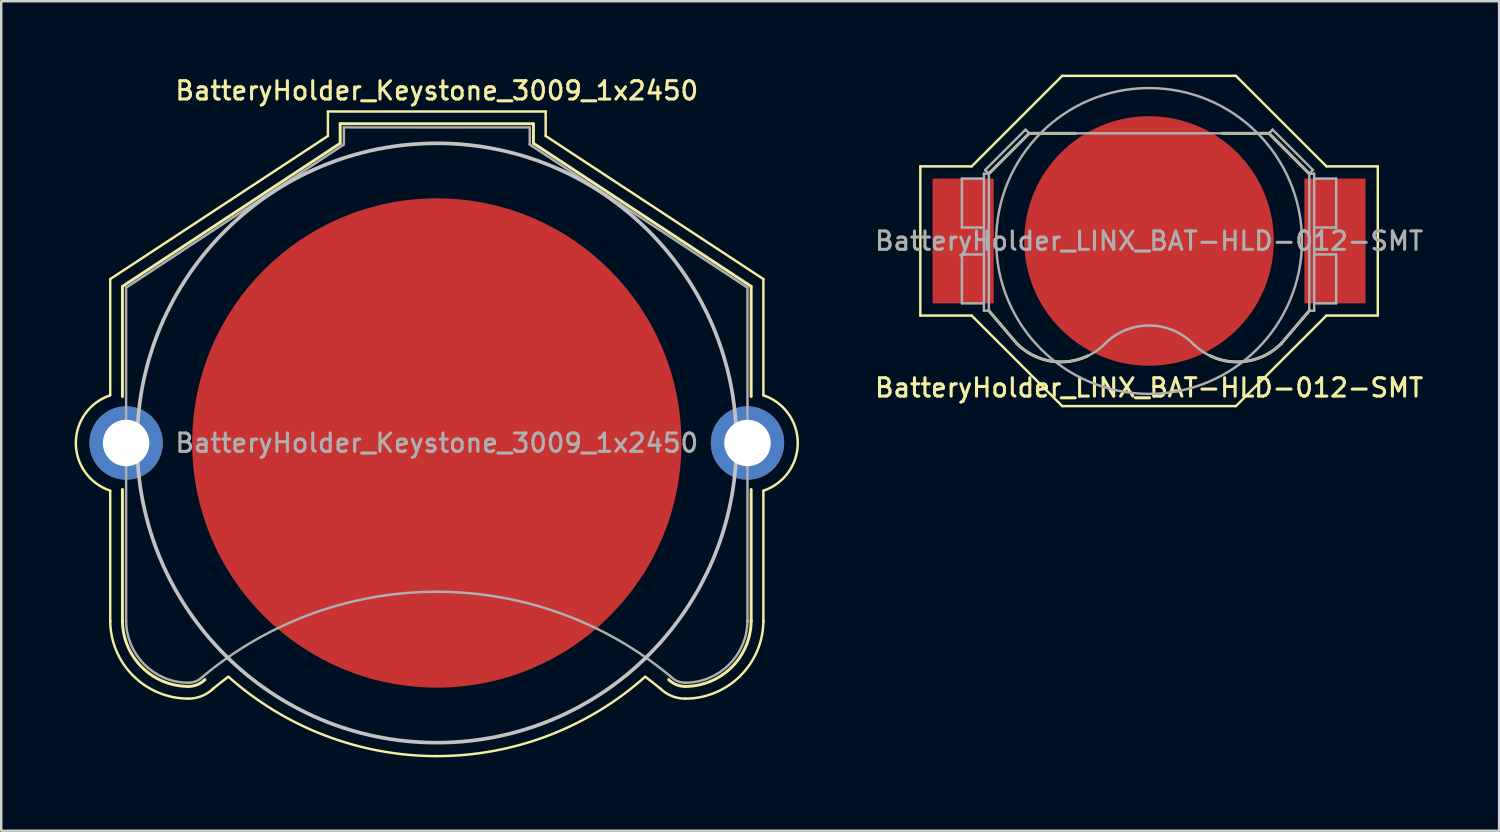
<source format=kicad_pcb>
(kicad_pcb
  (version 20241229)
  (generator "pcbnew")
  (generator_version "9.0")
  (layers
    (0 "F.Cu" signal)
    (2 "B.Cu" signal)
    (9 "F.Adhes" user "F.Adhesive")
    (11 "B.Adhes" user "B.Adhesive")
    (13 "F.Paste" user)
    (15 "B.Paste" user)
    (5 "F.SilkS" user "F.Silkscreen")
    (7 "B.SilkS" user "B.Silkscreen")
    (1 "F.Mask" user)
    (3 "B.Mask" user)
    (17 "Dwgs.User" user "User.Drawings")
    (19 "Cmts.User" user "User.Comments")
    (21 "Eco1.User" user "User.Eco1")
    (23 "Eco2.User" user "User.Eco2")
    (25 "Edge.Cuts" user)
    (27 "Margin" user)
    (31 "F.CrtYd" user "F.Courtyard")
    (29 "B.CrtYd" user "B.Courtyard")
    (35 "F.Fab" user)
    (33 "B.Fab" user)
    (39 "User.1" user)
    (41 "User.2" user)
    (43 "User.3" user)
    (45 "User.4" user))
  (footprint "BatteryHolder_LINX_BAT-HLD-012-SMT"
    (layer "F.Cu")
    (at 43.92 6.8)
    (property "Reference" "BatteryHolder_LINX_BAT-HLD-012-SMT" (at 0 6 0) (layer "F.SilkS") (effects (font (size 0.75 0.75) (thickness 0.125))))
    (attr smd)
    (fp_line (start -9.35 -3.05) (end -7.25 -3.05) (stroke (width 0.1) (type solid)) (layer "F.SilkS"))
    (fp_line (start -9.35 3.05) (end -9.35 -3.05) (stroke (width 0.1) (type solid)) (layer "F.SilkS"))
    (fp_line (start -9.35 3.05) (end -7.25 3.05) (stroke (width 0.1) (type solid)) (layer "F.SilkS"))
    (fp_line (start -7.25 -3.05) (end -3.55 -6.75) (stroke (width 0.1) (type solid)) (layer "F.SilkS"))
    (fp_line (start -6.55 -2.75) (end -4.9 -4.4) (stroke (width 0.12) (type solid)) (layer "F.SilkS"))
    (fp_line (start -6.55 2.85) (end -5.4 4.2) (stroke (width 0.12) (type solid)) (layer "F.SilkS"))
    (fp_line (start -4.9 -4.4) (end -3 -4.4) (stroke (width 0.12) (type solid)) (layer "F.SilkS"))
    (fp_line (start -3.55 -6.75) (end 3.55 -6.75) (stroke (width 0.1) (type solid)) (layer "F.SilkS"))
    (fp_line (start -3.55 6.75) (end -7.25 3.05) (stroke (width 0.1) (type solid)) (layer "F.SilkS"))
    (fp_line (start -3.55 6.75) (end 3.55 6.75) (stroke (width 0.1) (type solid)) (layer "F.SilkS"))
    (fp_line (start 3.55 -6.75) (end 7.25 -3.05) (stroke (width 0.1) (type solid)) (layer "F.SilkS"))
    (fp_line (start 3.55 6.75) (end 7.25 3.05) (stroke (width 0.1) (type solid)) (layer "F.SilkS"))
    (fp_line (start 4.9 -4.4) (end 3 -4.4) (stroke (width 0.12) (type solid)) (layer "F.SilkS"))
    (fp_line (start 4.9 -4.4) (end 6.55 -2.75) (stroke (width 0.12) (type solid)) (layer "F.SilkS"))
    (fp_line (start 6.55 2.85) (end 5.4 4.2) (stroke (width 0.12) (type solid)) (layer "F.SilkS"))
    (fp_line (start 7.25 -3.05) (end 9.35 -3.05) (stroke (width 0.1) (type solid)) (layer "F.SilkS"))
    (fp_line (start 9.35 -3.05) (end 9.35 3.05) (stroke (width 0.1) (type solid)) (layer "F.SilkS"))
    (fp_line (start 9.35 3.05) (end 7.25 3.05) (stroke (width 0.1) (type solid)) (layer "F.SilkS"))
    (fp_arc (start -2.504098 4.697607) (mid -4.031094 4.908816) (end -5.4 4.2) (stroke (width 0.12) (type solid)) (layer "F.SilkS"))
    (fp_arc (start 5.4 4.2) (mid 4.029781 4.909041) (end 2.501694 4.696459) (stroke (width 0.12) (type solid)) (layer "F.SilkS"))
    (fp_line (start -7.65 -2.55) (end -7.65 -0.55) (stroke (width 0.1) (type solid)) (layer "F.Fab"))
    (fp_line (start -7.65 -2.55) (end -6.75 -2.55) (stroke (width 0.1) (type solid)) (layer "F.Fab"))
    (fp_line (start -7.65 -0.55) (end -6.75 -0.55) (stroke (width 0.1) (type solid)) (layer "F.Fab"))
    (fp_line (start -7.65 0.55) (end -7.65 2.55) (stroke (width 0.1) (type solid)) (layer "F.Fab"))
    (fp_line (start -7.65 2.55) (end -6.75 2.55) (stroke (width 0.1) (type solid)) (layer "F.Fab"))
    (fp_line (start -6.75 -2.75) (end -6.55 -2.75) (stroke (width 0.1) (type solid)) (layer "F.Fab"))
    (fp_line (start -6.75 0.55) (end -7.65 0.55) (stroke (width 0.1) (type solid)) (layer "F.Fab"))
    (fp_line (start -6.75 2.85) (end -6.75 -2.75) (stroke (width 0.1) (type solid)) (layer "F.Fab"))
    (fp_line (start -6.75 2.85) (end -6.55 2.85) (stroke (width 0.1) (type solid)) (layer "F.Fab"))
    (fp_line (start -6.7 -2.9) (end -5.05 -4.55) (stroke (width 0.1) (type solid)) (layer "F.Fab"))
    (fp_line (start -6.55 -2.75) (end -6.7 -2.9) (stroke (width 0.1) (type solid)) (layer "F.Fab"))
    (fp_line (start -6.55 -2.75) (end -4.9 -4.4) (stroke (width 0.1) (type solid)) (layer "F.Fab"))
    (fp_line (start -6.55 2.85) (end -6.55 -2.75) (stroke (width 0.1) (type solid)) (layer "F.Fab"))
    (fp_line (start -6.55 2.85) (end -5.4 4.2) (stroke (width 0.1) (type solid)) (layer "F.Fab"))
    (fp_line (start -5.05 -4.55) (end -4.9 -4.4) (stroke (width 0.1) (type solid)) (layer "F.Fab"))
    (fp_line (start 4.9 -4.4) (end -4.9 -4.4) (stroke (width 0.1) (type solid)) (layer "F.Fab"))
    (fp_line (start 5.05 -4.55) (end 4.9 -4.4) (stroke (width 0.1) (type solid)) (layer "F.Fab"))
    (fp_line (start 6.55 -2.75) (end 4.9 -4.4) (stroke (width 0.1) (type solid)) (layer "F.Fab"))
    (fp_line (start 6.55 -2.75) (end 6.7 -2.9) (stroke (width 0.1) (type solid)) (layer "F.Fab"))
    (fp_line (start 6.55 -2.75) (end 6.75 -2.75) (stroke (width 0.1) (type solid)) (layer "F.Fab"))
    (fp_line (start 6.55 2.85) (end 5.4 4.2) (stroke (width 0.1) (type solid)) (layer "F.Fab"))
    (fp_line (start 6.55 2.85) (end 6.55 -2.75) (stroke (width 0.1) (type solid)) (layer "F.Fab"))
    (fp_line (start 6.7 -2.9) (end 5.05 -4.55) (stroke (width 0.1) (type solid)) (layer "F.Fab"))
    (fp_line (start 6.75 -0.55) (end 7.65 -0.55) (stroke (width 0.1) (type solid)) (layer "F.Fab"))
    (fp_line (start 6.75 2.55) (end 7.65 2.55) (stroke (width 0.1) (type solid)) (layer "F.Fab"))
    (fp_line (start 6.75 2.85) (end 6.55 2.85) (stroke (width 0.1) (type solid)) (layer "F.Fab"))
    (fp_line (start 6.75 2.85) (end 6.75 -2.75) (stroke (width 0.1) (type solid)) (layer "F.Fab"))
    (fp_line (start 7.65 -2.55) (end 6.75 -2.55) (stroke (width 0.1) (type solid)) (layer "F.Fab"))
    (fp_line (start 7.65 -0.55) (end 7.65 -2.55) (stroke (width 0.1) (type solid)) (layer "F.Fab"))
    (fp_line (start 7.65 0.55) (end 6.75 0.55) (stroke (width 0.1) (type solid)) (layer "F.Fab"))
    (fp_line (start 7.65 2.55) (end 7.65 0.55) (stroke (width 0.1) (type solid)) (layer "F.Fab"))
    (fp_arc (start -1.8 4.2) (mid -3.6 4.945584) (end -5.4 4.2) (stroke (width 0.1) (type solid)) (layer "F.Fab"))
    (fp_arc (start -1.8 4.2) (mid 0 3.454416) (end 1.8 4.2) (stroke (width 0.1) (type solid)) (layer "F.Fab"))
    (fp_arc (start 5.4 4.2) (mid 3.6 4.945584) (end 1.8 4.2) (stroke (width 0.1) (type solid)) (layer "F.Fab"))
    (fp_circle (center 0 0) (end -6.25 0) (stroke (width 0.1) (type solid)) (fill no) (layer "F.Fab"))
    (fp_text user "${REFERENCE}" (at 0 0 0) (layer "F.Fab") (effects (font (size 0.75 0.75) (thickness 0.125))))
    (pad "1" smd rect (at -7.6 0) (size 2.5 5.1) (layers "F.Cu" "F.Mask" "F.Paste"))
    (pad "1" smd rect (at 7.6 0) (size 2.5 5.1) (layers "F.Cu" "F.Mask" "F.Paste"))
    (pad "2" smd circle (at 0 0) (size 10.2 10.2) (layers "F.Cu" "F.Mask")))
  (footprint "BatteryHolder_Keystone_3009_1x2450"
    (layer "F.Cu")
    (at 14.805 15.058)
    (property "Reference" "BatteryHolder_Keystone_3009_1x2450" (at 0 -14.4 0) (layer "F.SilkS") (effects (font (size 0.75 0.75) (thickness 0.125))))
    (attr through_hole)
    (fp_line (start -13.35 -6.7) (end -13.35 -1.95) (stroke (width 0.1) (type solid)) (layer "F.SilkS"))
    (fp_line (start -13.35 1.95) (end -13.35 7.3) (stroke (width 0.1) (type solid)) (layer "F.SilkS"))
    (fp_line (start -12.85 -6.4) (end -12.85 -1.9) (stroke (width 0.12) (type solid)) (layer "F.SilkS"))
    (fp_line (start -12.85 1.9) (end -12.85 7.3) (stroke (width 0.12) (type solid)) (layer "F.SilkS"))
    (fp_line (start -4.45 -13.55) (end -4.45 -12.55) (stroke (width 0.1) (type solid)) (layer "F.SilkS"))
    (fp_line (start -4.45 -13.55) (end 4.45 -13.55) (stroke (width 0.1) (type solid)) (layer "F.SilkS"))
    (fp_line (start -4.45 -12.55) (end -13.35 -6.7) (stroke (width 0.1) (type solid)) (layer "F.SilkS"))
    (fp_line (start -3.95 -13.05) (end -3.95 -12.25) (stroke (width 0.12) (type solid)) (layer "F.SilkS"))
    (fp_line (start -3.95 -13.05) (end 3.95 -13.05) (stroke (width 0.12) (type solid)) (layer "F.SilkS"))
    (fp_line (start -3.95 -12.25) (end -12.85 -6.4) (stroke (width 0.12) (type solid)) (layer "F.SilkS"))
    (fp_line (start 3.95 -13.05) (end 3.95 -12.25) (stroke (width 0.12) (type solid)) (layer "F.SilkS"))
    (fp_line (start 3.95 -12.25) (end 12.85 -6.4) (stroke (width 0.12) (type solid)) (layer "F.SilkS"))
    (fp_line (start 4.45 -13.55) (end 4.45 -12.55) (stroke (width 0.1) (type solid)) (layer "F.SilkS"))
    (fp_line (start 4.45 -12.55) (end 13.35 -6.7) (stroke (width 0.1) (type solid)) (layer "F.SilkS"))
    (fp_line (start 12.85 -6.4) (end 12.85 -1.9) (stroke (width 0.12) (type solid)) (layer "F.SilkS"))
    (fp_line (start 12.85 1.9) (end 12.85 7.3) (stroke (width 0.12) (type solid)) (layer "F.SilkS"))
    (fp_line (start 13.35 -6.7) (end 13.35 -1.95) (stroke (width 0.1) (type solid)) (layer "F.SilkS"))
    (fp_line (start 13.35 1.95) (end 13.35 7.3) (stroke (width 0.1) (type solid)) (layer "F.SilkS"))
    (fp_arc (start -13.35 1.95) (mid -14.755479 0.002334) (end -13.354426 -1.948519) (stroke (width 0.1) (type solid)) (layer "F.SilkS"))
    (fp_arc (start -10.15 9.95) (mid -12.059188 9.159188) (end -12.85 7.25) (stroke (width 0.12) (type solid)) (layer "F.SilkS"))
    (fp_arc (start -10.15 10.45) (mid -12.412742 9.512742) (end -13.35 7.25) (stroke (width 0.1) (type solid)) (layer "F.SilkS"))
    (fp_arc (start -9.478249 9.671751) (mid -9.786451 9.877685) (end -10.15 9.95) (stroke (width 0.12) (type solid)) (layer "F.SilkS"))
    (fp_arc (start -9.15 10.05) (mid -8.840691 9.798786) (end -8.524488 9.556307) (stroke (width 0.1) (type solid)) (layer "F.SilkS"))
    (fp_arc (start -9.124695 10.025305) (mid -9.595109 10.339626) (end -10.15 10.45) (stroke (width 0.1) (type solid)) (layer "F.SilkS"))
    (fp_arc (start 0 12.8) (mid -4.55581 11.961797) (end -8.514949 9.556969) (stroke (width 0.1) (type solid)) (layer "F.SilkS"))
    (fp_arc (start 8.514949 9.556969) (mid 4.55581 11.961798) (end 0 12.8) (stroke (width 0.1) (type solid)) (layer "F.SilkS"))
    (fp_arc (start 8.524488 9.556307) (mid 8.840691 9.798786) (end 9.15 10.05) (stroke (width 0.1) (type solid)) (layer "F.SilkS"))
    (fp_arc (start 10.15 9.95) (mid 9.786451 9.877686) (end 9.478249 9.671751) (stroke (width 0.12) (type solid)) (layer "F.SilkS"))
    (fp_arc (start 10.15 10.45) (mid 9.595109 10.339625) (end 9.124695 10.025305) (stroke (width 0.1) (type solid)) (layer "F.SilkS"))
    (fp_arc (start 12.85 7.25) (mid 12.059188 9.159188) (end 10.15 9.95) (stroke (width 0.12) (type solid)) (layer "F.SilkS"))
    (fp_arc (start 13.35 7.25) (mid 12.412742 9.512742) (end 10.15 10.45) (stroke (width 0.1) (type solid)) (layer "F.SilkS"))
    (fp_arc (start 13.354426 -1.948519) (mid 14.755479 0.002334) (end 13.35 1.95) (stroke (width 0.1) (type solid)) (layer "F.SilkS"))
    (fp_circle (center 0 0) (end 12.25 0) (stroke (width 0.15) (type solid)) (fill no) (layer "Dwgs.User"))
    (fp_line (start -12.7 -6.35) (end -12.7 7.3) (stroke (width 0.1) (type solid)) (layer "F.Fab"))
    (fp_line (start -3.8 -12.9) (end -3.8 -12.2) (stroke (width 0.1) (type solid)) (layer "F.Fab"))
    (fp_line (start -3.8 -12.9) (end 3.8 -12.9) (stroke (width 0.1) (type solid)) (layer "F.Fab"))
    (fp_line (start -3.8 -12.2) (end -12.7 -6.35) (stroke (width 0.1) (type solid)) (layer "F.Fab"))
    (fp_line (start 3.8 -12.9) (end 3.8 -12.2) (stroke (width 0.1) (type solid)) (layer "F.Fab"))
    (fp_line (start 3.8 -12.2) (end 12.7 -6.35) (stroke (width 0.1) (type solid)) (layer "F.Fab"))
    (fp_line (start 12.7 -6.35) (end 12.7 7.3) (stroke (width 0.1) (type solid)) (layer "F.Fab"))
    (fp_arc (start -10.15 9.8) (mid -11.953122 9.053122) (end -12.7 7.25) (stroke (width 0.1) (type solid)) (layer "F.Fab"))
    (fp_arc (start -9.6 9.58) (mid -0.013392 6.081011) (end 9.579482 9.562783) (stroke (width 0.1) (type solid)) (layer "F.Fab"))
    (fp_arc (start -9.584315 9.565685) (mid -9.843853 9.739103) (end -10.15 9.8) (stroke (width 0.1) (type solid)) (layer "F.Fab"))
    (fp_arc (start 10.15 9.8) (mid 9.843853 9.739104) (end 9.584315 9.565685) (stroke (width 0.1) (type solid)) (layer "F.Fab"))
    (fp_arc (start 12.7 7.25) (mid 11.953122 9.053122) (end 10.15 9.8) (stroke (width 0.1) (type solid)) (layer "F.Fab"))
    (fp_text user "${REFERENCE}" (at 0 0 0) (layer "F.Fab") (effects (font (size 0.75 0.75) (thickness 0.125))))
    (pad "1" thru_hole circle (at -12.7 0) (size 3 3) (drill 1.9) (layers "*.Cu" "*.Mask"))
    (pad "1" thru_hole circle (at 12.7 0) (size 3 3) (drill 1.9) (layers "*.Cu" "*.Mask"))
    (pad "2" smd circle (at 0 0) (size 20 20) (layers "F.Cu" "F.Mask")))
  (gr_rect
    (start -3 -3)
    (end 58.229 30.908)
    (stroke (width 0.1) (type default))
    (fill no)
    (layer "Edge.Cuts")))
</source>
